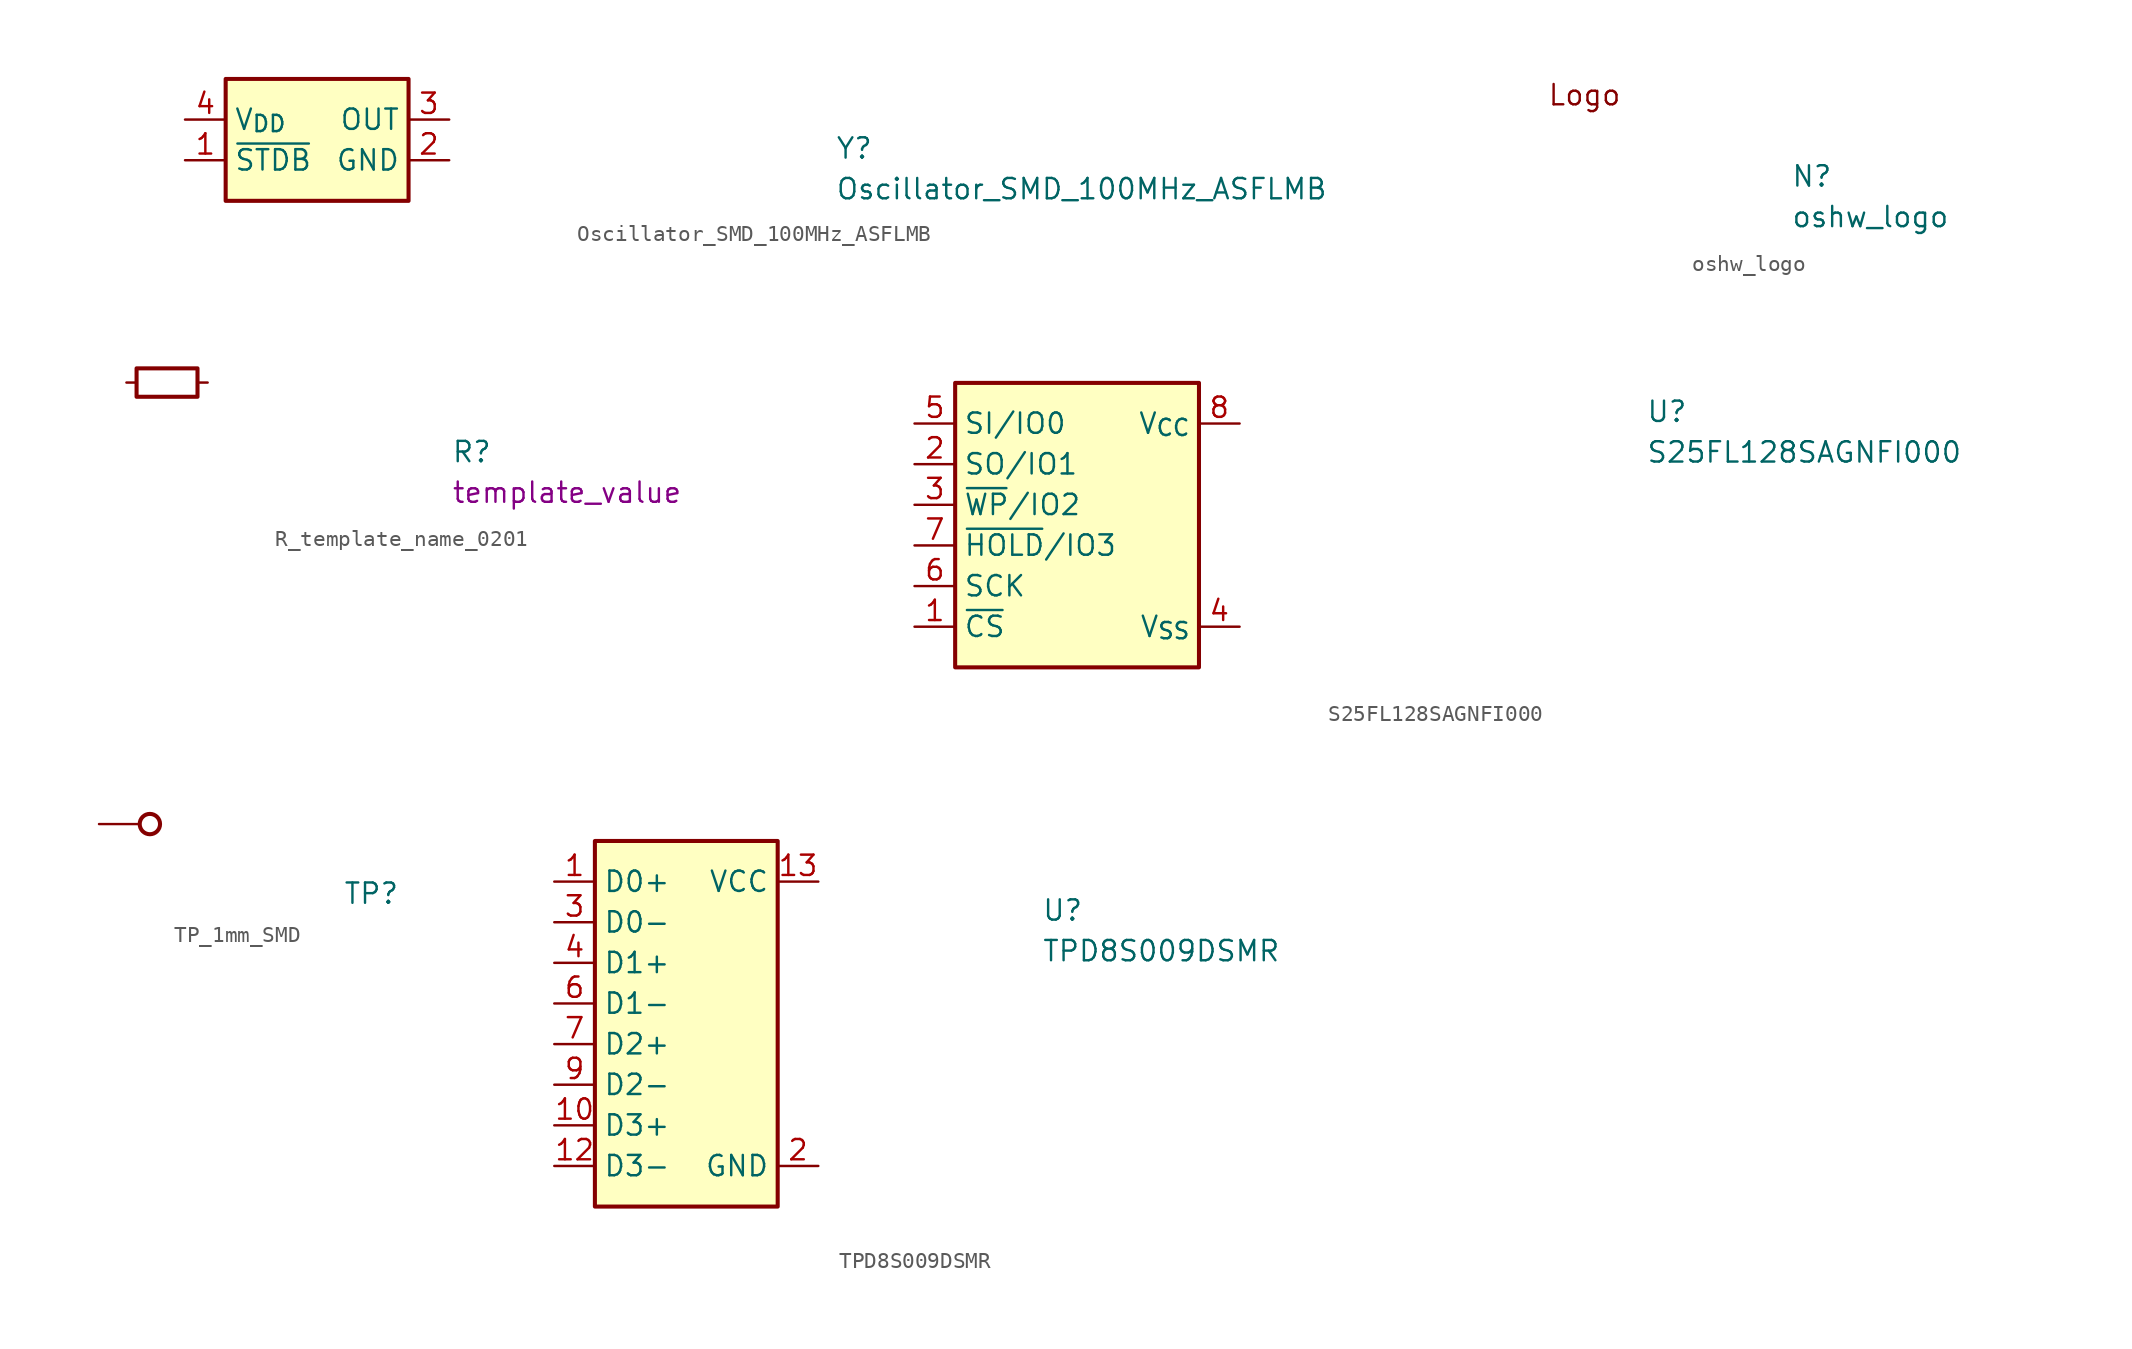
<source format=kicad_sym>
(kicad_symbol_lib
  (version 20211014)
  (generator kicad_symbol_editor)
  (symbol "Oscillator_SMD_100MHz_ASFLMB"
    (property "Reference" "Y"
      (at 40.64 -2.54 0)
      (effects (font (size 1.27 1.27) (thickness 0.15)) (justify left bottom)))
    (property "Value" "Oscillator_SMD_100MHz_ASFLMB"
      (at 40.64 -5.08 0)
      (effects (font (size 1.27 1.27) (thickness 0.15)) (justify left bottom)))
    (symbol "Oscillator_SMD_100MHz_ASFLMB_1_1"
      (rectangle (start 2.54 2.54) (end 13.97 -5.08) (stroke (width 0.254) (type default) (color 0 0 0 0)) (fill (type background)))
      (pin input line (at 0 -2.54 0) (length 2.54) (name "~{STDB}" (effects (font (size 1.27 1.27)))) (number "1" (effects (font (size 1.27 1.27)))))
      (pin unspecified line (at 16.51 -2.54 180) (length 2.54) (name "GND" (effects (font (size 1.27 1.27)))) (number "2" (effects (font (size 1.27 1.27)))))
      (pin output line (at 16.51 0 180) (length 2.54) (name "OUT" (effects (font (size 1.27 1.27)))) (number "3" (effects (font (size 1.27 1.27)))))
      (pin power_in line (at 0 0 0) (length 2.54) (name "V_{DD}" (effects (font (size 1.27 1.27)))) (number "4" (effects (font (size 1.27 1.27)))))))
  (symbol "oshw_logo"
    (property "Reference" "N"
      (at 15.24 -5.08 0)
      (effects (font (size 1.27 1.27) (thickness 0.15)) (justify left bottom)))
    (property "Value" "oshw_logo"
      (at 15.24 -7.62 0)
      (effects (font (size 1.27 1.27) (thickness 0.15)) (justify left bottom)))
    (symbol "oshw_logo_1_1"
      (text "Logo" (at 0 0 0) (effects (font (size 1.27 1.27) (thickness 0.15)) (justify left bottom)))))
  (symbol "R_template_name_0201"
    (pin_numbers hide)
    (pin_names hide)
    (property "Reference" "R"
      (at 20.32 -5.08 0)
      (effects (font (size 1.27 1.27) (thickness 0.15)) (justify left bottom)))
    (property "Val" "template_value"
      (at 20.32 -7.62 0)
      (effects (font (size 1.27 1.27) (thickness 0.15)) (justify left bottom)))
    (symbol "R_template_name_0201_0_1"
      (rectangle (start 0.635 0.889) (end 4.445 -0.889) (stroke (width 0.254) (type default) (color 0 0 0 0)) (fill (type none))))
    (symbol "R_template_name_0201_1_1"
      (pin passive line (at 0 0 0) (length 0.635) (name "~" (effects (font (size 1.27 1.27)))) (number "1" (effects (font (size 1.27 1.27)))))
      (pin passive line (at 5.08 0 180) (length 0.635) (name "~" (effects (font (size 1.27 1.27)))) (number "2" (effects (font (size 1.27 1.27)))))))
  (symbol "S25FL128SAGNFI000"
    (property "Reference" "U"
      (at 45.72 -2.54 0)
      (effects (font (size 1.27 1.27) (thickness 0.15)) (justify left bottom)))
    (property "Value" "S25FL128SAGNFI000"
      (at 45.72 -5.08 0)
      (effects (font (size 1.27 1.27) (thickness 0.15)) (justify left bottom)))
    (symbol "S25FL128SAGNFI000_1_1"
      (rectangle (start 2.54 0) (end 17.78 -17.78) (stroke (width 0.254) (type default) (color 0 0 0 0)) (fill (type background)))
      (pin input line (at 0 -15.24 0) (length 2.54) (name "~{CS}" (effects (font (size 1.27 1.27)))) (number "1" (effects (font (size 1.27 1.27)))))
      (pin bidirectional line (at 0 -5.08 0) (length 2.54) (name "SO/IO1" (effects (font (size 1.27 1.27)))) (number "2" (effects (font (size 1.27 1.27)))))
      (pin bidirectional line (at 0 -7.62 0) (length 2.54) (name "~{WP}/IO2" (effects (font (size 1.27 1.27)))) (number "3" (effects (font (size 1.27 1.27)))))
      (pin power_in line (at 20.32 -15.24 180) (length 2.54) (name "V_{SS}" (effects (font (size 1.27 1.27)))) (number "4" (effects (font (size 1.27 1.27)))))
      (pin bidirectional line (at 0 -2.54 0) (length 2.54) (name "SI/IO0" (effects (font (size 1.27 1.27)))) (number "5" (effects (font (size 1.27 1.27)))))
      (pin input line (at 0 -12.7 0) (length 2.54) (name "SCK" (effects (font (size 1.27 1.27)))) (number "6" (effects (font (size 1.27 1.27)))))
      (pin bidirectional line (at 0 -10.16 0) (length 2.54) (name "~{HOLD}/IO3" (effects (font (size 1.27 1.27)))) (number "7" (effects (font (size 1.27 1.27)))))
      (pin power_in line (at 20.32 -2.54 180) (length 2.54) (name "V_{CC}" (effects (font (size 1.27 1.27)))) (number "8" (effects (font (size 1.27 1.27)))))
      (pin no_connect line (at 17.78 -12.7 180) (length 2.54) hide (name "EP" (effects (font (size 1.27 1.27)))) (number "9" (effects (font (size 1.27 1.27)))))))
  (symbol "TP_1mm_SMD"
    (pin_numbers hide)
    (pin_names hide)
    (property "Reference" "TP"
      (at 15.24 -5.08 0)
      (effects (font (size 1.27 1.27) (thickness 0.15)) (justify left bottom)))
    (symbol "TP_1mm_SMD_1_1"
      (circle (center 3.175 0) (radius 0.635) (stroke (width 0.254) (type default) (color 0 0 0 0)) (fill (type none)))
      (pin passive line (at 0 0 0) (length 2.54) (name "1" (effects (font (size 1.27 1.27)))) (number "1" (effects (font (size 1.27 1.27)))))))
  (symbol "TPD8S009DSMR"
    (property "Reference" "U"
      (at 30.48 -2.54 0)
      (effects (font (size 1.27 1.27) (thickness 0.15)) (justify left bottom)))
    (property "Value" "TPD8S009DSMR"
      (at 30.48 -5.08 0)
      (effects (font (size 1.27 1.27) (thickness 0.15)) (justify left bottom)))
    (symbol "TPD8S009DSMR_1_1"
      (rectangle (start 2.54 -20.32) (end 13.97 2.54) (stroke (width 0.254) (type default) (color 0 0 0 0)) (fill (type background)))
      (pin passive line (at 0 0 0) (length 2.54) (name "D0+" (effects (font (size 1.27 1.27)))) (number "1" (effects (font (size 1.27 1.27)))))
      (pin passive line (at 0 -15.24 0) (length 2.54) (name "D3+" (effects (font (size 1.27 1.27)))) (number "10" (effects (font (size 1.27 1.27)))))
      (pin passive line (at 16.51 -17.78 180) (length 2.54) hide (name "GND" (effects (font (size 1.27 1.27)))) (number "11" (effects (font (size 1.27 1.27)))))
      (pin passive line (at 0 -17.78 0) (length 2.54) (name "D3-" (effects (font (size 1.27 1.27)))) (number "12" (effects (font (size 1.27 1.27)))))
      (pin power_in line (at 16.51 0 180) (length 2.54) (name "VCC" (effects (font (size 1.27 1.27)))) (number "13" (effects (font (size 1.27 1.27)))))
      (pin no_connect line (at 13.97 -15.24 180) (length 2.54) hide (name "NC" (effects (font (size 1.27 1.27)))) (number "14" (effects (font (size 1.27 1.27)))))
      (pin passive line (at 16.51 0 180) (length 2.54) hide (name "VCC" (effects (font (size 1.27 1.27)))) (number "15" (effects (font (size 1.27 1.27)))))
      (pin passive line (at 16.51 -17.78 180) (length 2.54) (name "GND" (effects (font (size 1.27 1.27)))) (number "2" (effects (font (size 1.27 1.27)))))
      (pin passive line (at 0 -2.54 0) (length 2.54) (name "D0-" (effects (font (size 1.27 1.27)))) (number "3" (effects (font (size 1.27 1.27)))))
      (pin passive line (at 0 -5.08 0) (length 2.54) (name "D1+" (effects (font (size 1.27 1.27)))) (number "4" (effects (font (size 1.27 1.27)))))
      (pin passive line (at 16.51 -17.78 180) (length 2.54) hide (name "GND" (effects (font (size 1.27 1.27)))) (number "5" (effects (font (size 1.27 1.27)))))
      (pin passive line (at 0 -7.62 0) (length 2.54) (name "D1-" (effects (font (size 1.27 1.27)))) (number "6" (effects (font (size 1.27 1.27)))))
      (pin passive line (at 0 -10.16 0) (length 2.54) (name "D2+" (effects (font (size 1.27 1.27)))) (number "7" (effects (font (size 1.27 1.27)))))
      (pin passive line (at 16.51 -17.78 180) (length 2.54) hide (name "GND" (effects (font (size 1.27 1.27)))) (number "8" (effects (font (size 1.27 1.27)))))
      (pin passive line (at 16.51 -17.78 180) (length 2.54) hide (name "GND" (effects (font (size 1.27 1.27)))) (number "8" (effects (font (size 1.27 1.27)))))
      (pin passive line (at 0 -12.7 0) (length 2.54) (name "D2-" (effects (font (size 1.27 1.27)))) (number "9" (effects (font (size 1.27 1.27))))))))
</source>
